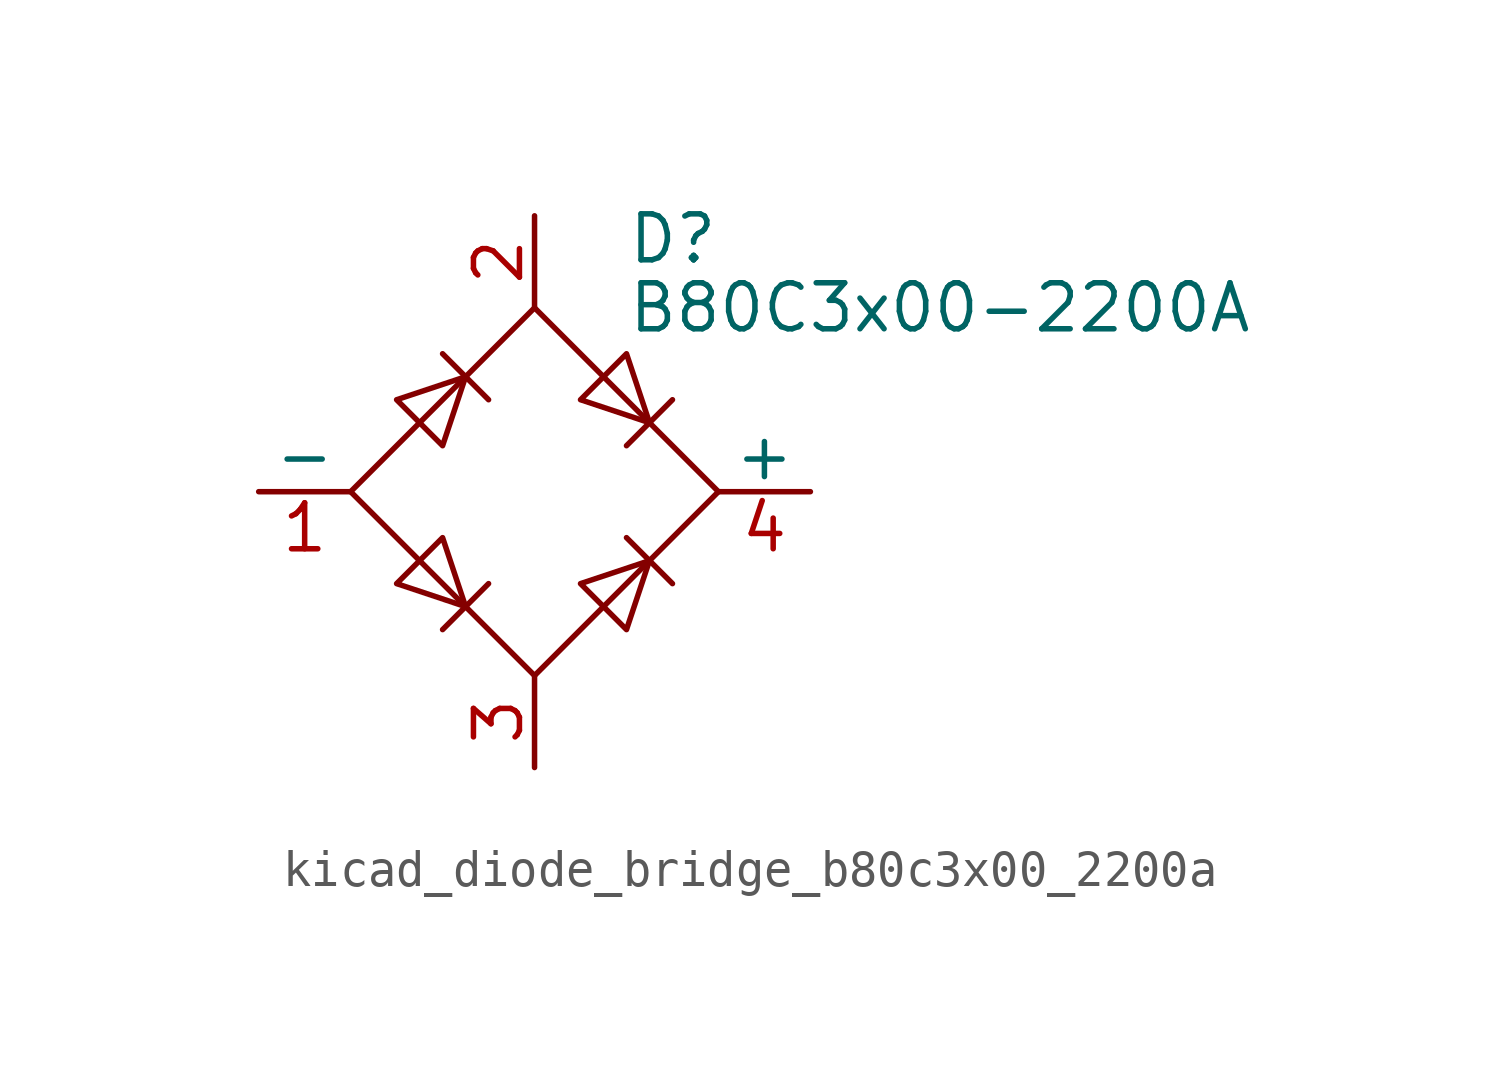
<source format=kicad_sym>
(kicad_symbol_lib
  (version 20220914)
  (generator kicad_symbol_editor)
  (symbol "kicad_diode_bridge_b80c3x00_2200a"
    (pin_names
      (offset 0))
    (property "Reference" "D"
      (at 2.54 6.985 0)
      (effects (font (size 1.27 1.27)) (justify left)))
    (property "Value" "B80C3x00-2200A"
      (at 2.54 5.08 0)
      (effects (font (size 1.27 1.27)) (justify left)))
    (symbol "kicad_diode_bridge_b80c3x00_2200a_0_1"
      (polyline (pts (xy -2.54 3.81) (xy -1.27 2.54)) (stroke (width 0) (type default)) (fill (type none)))
      (polyline (pts (xy -1.27 -2.54) (xy -2.54 -3.81)) (stroke (width 0) (type default)) (fill (type none)))
      (polyline (pts (xy 2.54 -1.27) (xy 3.81 -2.54)) (stroke (width 0) (type default)) (fill (type none)))
      (polyline (pts (xy 2.54 1.27) (xy 3.81 2.54)) (stroke (width 0) (type default)) (fill (type none)))
      (polyline (pts (xy -3.81 2.54) (xy -2.54 1.27) (xy -1.905 3.175) (xy -3.81 2.54)) (stroke (width 0) (type default)) (fill (type none)))
      (polyline (pts (xy -2.54 -1.27) (xy -3.81 -2.54) (xy -1.905 -3.175) (xy -2.54 -1.27)) (stroke (width 0) (type default)) (fill (type none)))
      (polyline (pts (xy 1.27 2.54) (xy 2.54 3.81) (xy 3.175 1.905) (xy 1.27 2.54)) (stroke (width 0) (type default)) (fill (type none)))
      (polyline (pts (xy 3.175 -1.905) (xy 1.27 -2.54) (xy 2.54 -3.81) (xy 3.175 -1.905)) (stroke (width 0) (type default)) (fill (type none)))
      (polyline (pts (xy -5.08 0) (xy 0 -5.08) (xy 5.08 0) (xy 0 5.08) (xy -5.08 0)) (stroke (width 0) (type default)) (fill (type none))))
    (symbol "kicad_diode_bridge_b80c3x00_2200a_1_1"
      (pin passive line (at -7.62 0 0) (length 2.54) (name "-" (effects (font (size 1.27 1.27)))) (number "1" (effects (font (size 1.27 1.27)))))
      (pin passive line (at 0 7.62 270) (length 2.54) (name "~" (effects (font (size 1.27 1.27)))) (number "2" (effects (font (size 1.27 1.27)))))
      (pin passive line (at 0 -7.62 90) (length 2.54) (name "~" (effects (font (size 1.27 1.27)))) (number "3" (effects (font (size 1.27 1.27)))))
      (pin passive line (at 7.62 0 180) (length 2.54) (name "+" (effects (font (size 1.27 1.27)))) (number "4" (effects (font (size 1.27 1.27))))))))
</source>
